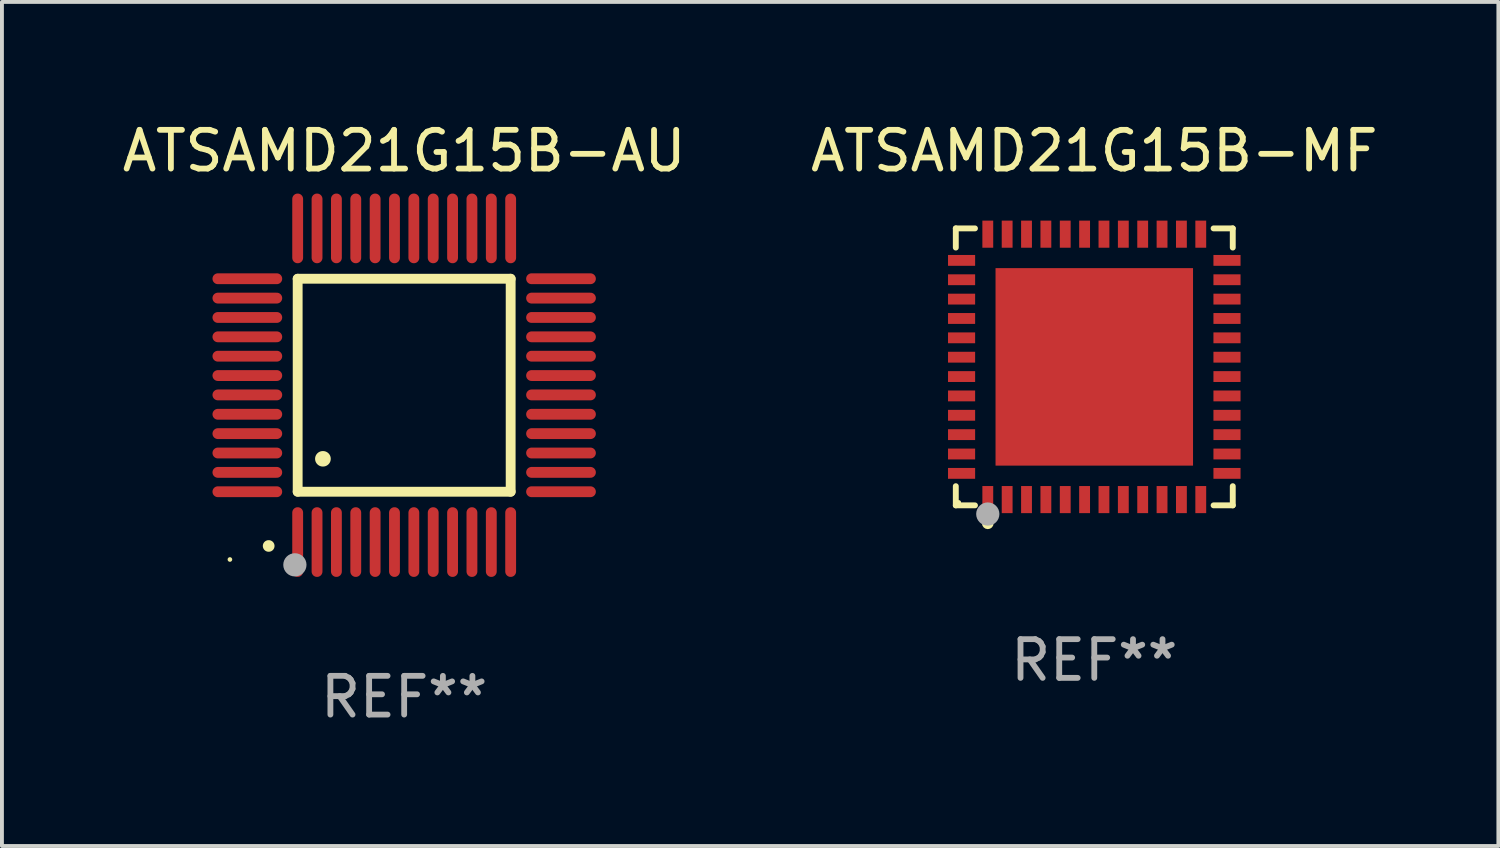
<source format=kicad_pcb>
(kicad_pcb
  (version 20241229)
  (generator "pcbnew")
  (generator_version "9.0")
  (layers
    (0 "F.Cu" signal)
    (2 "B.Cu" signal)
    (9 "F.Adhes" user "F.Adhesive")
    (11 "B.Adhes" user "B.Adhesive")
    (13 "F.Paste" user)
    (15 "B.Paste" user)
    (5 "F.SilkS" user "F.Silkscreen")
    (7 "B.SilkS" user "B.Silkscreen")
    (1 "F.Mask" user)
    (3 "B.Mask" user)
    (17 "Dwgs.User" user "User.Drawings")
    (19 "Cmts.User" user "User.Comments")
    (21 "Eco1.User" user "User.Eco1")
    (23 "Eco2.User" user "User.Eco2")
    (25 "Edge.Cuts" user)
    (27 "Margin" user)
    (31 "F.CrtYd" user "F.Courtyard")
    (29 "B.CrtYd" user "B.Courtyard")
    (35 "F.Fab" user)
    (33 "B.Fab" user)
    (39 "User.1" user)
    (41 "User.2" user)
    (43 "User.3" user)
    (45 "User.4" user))
  (footprint "ATSAMD21G15B-AU"
    (layer "F.Cu")
    (at 7.387 6.898)
    (property "Reference" "ATSAMD21G15B-AU" (at 0 -6.05 0) (layer "F.SilkS") (effects (font (size 1 1) (thickness 0.15))))
    (attr through_hole)
    (fp_line (start -2.75 -2.75) (end 2.75 -2.75) (stroke (width 0.254) (type solid)) (layer "F.SilkS"))
    (fp_line (start -2.75 2.75) (end -2.75 -2.75) (stroke (width 0.254) (type solid)) (layer "F.SilkS"))
    (fp_line (start 2.75 -2.75) (end 2.75 2.75) (stroke (width 0.254) (type solid)) (layer "F.SilkS"))
    (fp_line (start 2.75 2.75) (end -2.75 2.75) (stroke (width 0.254) (type solid)) (layer "F.SilkS"))
    (fp_arc (start -3.500127 4.150368) (mid -3.498857 4.150363) (end -3.497587 4.150368) (stroke (width 0.3) (type solid)) (layer "F.SilkS"))
    (fp_arc (start -2.100584 1.899924) (mid -2.098044 1.899908) (end -2.095504 1.899924) (stroke (width 0.4) (type solid)) (layer "F.SilkS"))
    (fp_circle (center -4.5 4.5) (end -4.47 4.5) (stroke (width 0.06) (type solid)) (fill no) (layer "F.SilkS"))
    (fp_circle (center -2.822 4.638) (end -2.672 4.638) (stroke (width 0.3) (type solid)) (fill no) (layer "F.Fab"))
    (fp_text user "REF**" (at 0 8.05 0) (layer "F.Fab") (effects (font (size 1 1) (thickness 0.15))))
    (pad "1" smd oval (at -2.75 4.05) (size 0.28 1.8) (layers "F.Cu" "F.Mask" "F.Paste"))
    (pad "2" smd oval (at -2.25 4.05) (size 0.28 1.8) (layers "F.Cu" "F.Mask" "F.Paste"))
    (pad "3" smd oval (at -1.75 4.05) (size 0.28 1.8) (layers "F.Cu" "F.Mask" "F.Paste"))
    (pad "4" smd oval (at -1.25 4.05) (size 0.28 1.8) (layers "F.Cu" "F.Mask" "F.Paste"))
    (pad "5" smd oval (at -0.75 4.05) (size 0.28 1.8) (layers "F.Cu" "F.Mask" "F.Paste"))
    (pad "6" smd oval (at -0.25 4.05) (size 0.28 1.8) (layers "F.Cu" "F.Mask" "F.Paste"))
    (pad "7" smd oval (at 0.25 4.05) (size 0.28 1.8) (layers "F.Cu" "F.Mask" "F.Paste"))
    (pad "8" smd oval (at 0.75 4.05) (size 0.28 1.8) (layers "F.Cu" "F.Mask" "F.Paste"))
    (pad "9" smd oval (at 1.25 4.05) (size 0.28 1.8) (layers "F.Cu" "F.Mask" "F.Paste"))
    (pad "10" smd oval (at 1.75 4.05) (size 0.28 1.8) (layers "F.Cu" "F.Mask" "F.Paste"))
    (pad "11" smd oval (at 2.25 4.05) (size 0.28 1.8) (layers "F.Cu" "F.Mask" "F.Paste"))
    (pad "12" smd oval (at 2.75 4.05) (size 0.28 1.8) (layers "F.Cu" "F.Mask" "F.Paste"))
    (pad "13" smd oval (at 4.05 2.75) (size 1.8 0.28) (layers "F.Cu" "F.Mask" "F.Paste"))
    (pad "14" smd oval (at 4.05 2.25) (size 1.8 0.28) (layers "F.Cu" "F.Mask" "F.Paste"))
    (pad "15" smd oval (at 4.05 1.75) (size 1.8 0.28) (layers "F.Cu" "F.Mask" "F.Paste"))
    (pad "16" smd oval (at 4.05 1.25) (size 1.8 0.28) (layers "F.Cu" "F.Mask" "F.Paste"))
    (pad "17" smd oval (at 4.05 0.75) (size 1.8 0.28) (layers "F.Cu" "F.Mask" "F.Paste"))
    (pad "18" smd oval (at 4.05 0.25) (size 1.8 0.28) (layers "F.Cu" "F.Mask" "F.Paste"))
    (pad "19" smd oval (at 4.05 -0.25) (size 1.8 0.28) (layers "F.Cu" "F.Mask" "F.Paste"))
    (pad "20" smd oval (at 4.05 -0.75) (size 1.8 0.28) (layers "F.Cu" "F.Mask" "F.Paste"))
    (pad "21" smd oval (at 4.05 -1.25) (size 1.8 0.28) (layers "F.Cu" "F.Mask" "F.Paste"))
    (pad "22" smd oval (at 4.05 -1.75) (size 1.8 0.28) (layers "F.Cu" "F.Mask" "F.Paste"))
    (pad "23" smd oval (at 4.05 -2.25) (size 1.8 0.28) (layers "F.Cu" "F.Mask" "F.Paste"))
    (pad "24" smd oval (at 4.05 -2.75) (size 1.8 0.28) (layers "F.Cu" "F.Mask" "F.Paste"))
    (pad "25" smd oval (at 2.75 -4.05) (size 0.28 1.8) (layers "F.Cu" "F.Mask" "F.Paste"))
    (pad "26" smd oval (at 2.25 -4.05) (size 0.28 1.8) (layers "F.Cu" "F.Mask" "F.Paste"))
    (pad "27" smd oval (at 1.75 -4.05) (size 0.28 1.8) (layers "F.Cu" "F.Mask" "F.Paste"))
    (pad "28" smd oval (at 1.25 -4.05) (size 0.28 1.8) (layers "F.Cu" "F.Mask" "F.Paste"))
    (pad "29" smd oval (at 0.75 -4.05) (size 0.28 1.8) (layers "F.Cu" "F.Mask" "F.Paste"))
    (pad "30" smd oval (at 0.25 -4.05) (size 0.28 1.8) (layers "F.Cu" "F.Mask" "F.Paste"))
    (pad "31" smd oval (at -0.25 -4.05) (size 0.28 1.8) (layers "F.Cu" "F.Mask" "F.Paste"))
    (pad "32" smd oval (at -0.75 -4.05) (size 0.28 1.8) (layers "F.Cu" "F.Mask" "F.Paste"))
    (pad "33" smd oval (at -1.25 -4.05) (size 0.28 1.8) (layers "F.Cu" "F.Mask" "F.Paste"))
    (pad "34" smd oval (at -1.75 -4.05) (size 0.28 1.8) (layers "F.Cu" "F.Mask" "F.Paste"))
    (pad "35" smd oval (at -2.25 -4.05) (size 0.28 1.8) (layers "F.Cu" "F.Mask" "F.Paste"))
    (pad "36" smd oval (at -2.75 -4.05) (size 0.28 1.8) (layers "F.Cu" "F.Mask" "F.Paste"))
    (pad "37" smd oval (at -4.05 -2.75) (size 1.8 0.28) (layers "F.Cu" "F.Mask" "F.Paste"))
    (pad "38" smd oval (at -4.05 -2.25) (size 1.8 0.28) (layers "F.Cu" "F.Mask" "F.Paste"))
    (pad "39" smd oval (at -4.05 -1.75) (size 1.8 0.28) (layers "F.Cu" "F.Mask" "F.Paste"))
    (pad "40" smd oval (at -4.05 -1.25) (size 1.8 0.28) (layers "F.Cu" "F.Mask" "F.Paste"))
    (pad "41" smd oval (at -4.05 -0.75) (size 1.8 0.28) (layers "F.Cu" "F.Mask" "F.Paste"))
    (pad "42" smd oval (at -4.05 -0.25) (size 1.8 0.28) (layers "F.Cu" "F.Mask" "F.Paste"))
    (pad "43" smd oval (at -4.05 0.25) (size 1.8 0.28) (layers "F.Cu" "F.Mask" "F.Paste"))
    (pad "44" smd oval (at -4.05 0.75) (size 1.8 0.28) (layers "F.Cu" "F.Mask" "F.Paste"))
    (pad "45" smd oval (at -4.05 1.25) (size 1.8 0.28) (layers "F.Cu" "F.Mask" "F.Paste"))
    (pad "46" smd oval (at -4.05 1.75) (size 1.8 0.28) (layers "F.Cu" "F.Mask" "F.Paste"))
    (pad "47" smd oval (at -4.05 2.25) (size 1.8 0.28) (layers "F.Cu" "F.Mask" "F.Paste"))
    (pad "48" smd oval (at -4.05 2.75) (size 1.8 0.28) (layers "F.Cu" "F.Mask" "F.Paste")))
  (footprint "ATSAMD21G15B-MF"
    (layer "F.Cu")
    (at 25.208 6.424)
    (property "Reference" "ATSAMD21G15B-MF" (at 0 -5.576 0) (layer "F.SilkS") (effects (font (size 1 1) (thickness 0.15))))
    (attr through_hole)
    (fp_line (start -3.576 -3.576) (end -3.081 -3.576) (stroke (width 0.152) (type solid)) (layer "F.SilkS"))
    (fp_line (start -3.576 -3.081) (end -3.576 -3.576) (stroke (width 0.152) (type solid)) (layer "F.SilkS"))
    (fp_line (start -3.576 3.081) (end -3.576 3.576) (stroke (width 0.152) (type solid)) (layer "F.SilkS"))
    (fp_line (start -3.576 3.576) (end -3.081 3.576) (stroke (width 0.152) (type solid)) (layer "F.SilkS"))
    (fp_line (start 3.576 -3.576) (end 3.081 -3.576) (stroke (width 0.152) (type solid)) (layer "F.SilkS"))
    (fp_line (start 3.576 -3.081) (end 3.576 -3.576) (stroke (width 0.152) (type solid)) (layer "F.SilkS"))
    (fp_line (start 3.576 3.081) (end 3.576 3.576) (stroke (width 0.152) (type solid)) (layer "F.SilkS"))
    (fp_line (start 3.576 3.576) (end 3.081 3.576) (stroke (width 0.152) (type solid)) (layer "F.SilkS"))
    (fp_circle (center -3.5 3.5) (end -3.47 3.5) (stroke (width 0.06) (type solid)) (fill no) (layer "F.SilkS"))
    (fp_circle (center -2.75 4.04) (end -2.675 4.04) (stroke (width 0.15) (type solid)) (fill no) (layer "F.SilkS"))
    (fp_circle (center -2.75 3.8) (end -2.6 3.8) (stroke (width 0.3) (type solid)) (fill no) (layer "F.Fab"))
    (fp_text user "REF**" (at 0 7.576 0) (layer "F.Fab") (effects (font (size 1 1) (thickness 0.15))))
    (pad "1" smd rect (at -2.75 3.427) (size 0.28 0.7) (layers "F.Cu" "F.Mask" "F.Paste"))
    (pad "2" smd rect (at -2.25 3.427) (size 0.28 0.7) (layers "F.Cu" "F.Mask" "F.Paste"))
    (pad "3" smd rect (at -1.75 3.427) (size 0.28 0.7) (layers "F.Cu" "F.Mask" "F.Paste"))
    (pad "4" smd rect (at -1.25 3.427) (size 0.28 0.7) (layers "F.Cu" "F.Mask" "F.Paste"))
    (pad "5" smd rect (at -0.75 3.427) (size 0.28 0.7) (layers "F.Cu" "F.Mask" "F.Paste"))
    (pad "6" smd rect (at -0.25 3.427) (size 0.28 0.7) (layers "F.Cu" "F.Mask" "F.Paste"))
    (pad "7" smd rect (at 0.25 3.427) (size 0.28 0.7) (layers "F.Cu" "F.Mask" "F.Paste"))
    (pad "8" smd rect (at 0.75 3.427) (size 0.28 0.7) (layers "F.Cu" "F.Mask" "F.Paste"))
    (pad "9" smd rect (at 1.25 3.427) (size 0.28 0.7) (layers "F.Cu" "F.Mask" "F.Paste"))
    (pad "10" smd rect (at 1.75 3.427) (size 0.28 0.7) (layers "F.Cu" "F.Mask" "F.Paste"))
    (pad "11" smd rect (at 2.25 3.427) (size 0.28 0.7) (layers "F.Cu" "F.Mask" "F.Paste"))
    (pad "12" smd rect (at 2.75 3.427) (size 0.28 0.7) (layers "F.Cu" "F.Mask" "F.Paste"))
    (pad "13" smd rect (at 3.427 2.75) (size 0.7 0.28) (layers "F.Cu" "F.Mask" "F.Paste"))
    (pad "14" smd rect (at 3.427 2.25) (size 0.7 0.28) (layers "F.Cu" "F.Mask" "F.Paste"))
    (pad "15" smd rect (at 3.427 1.75) (size 0.7 0.28) (layers "F.Cu" "F.Mask" "F.Paste"))
    (pad "16" smd rect (at 3.427 1.25) (size 0.7 0.28) (layers "F.Cu" "F.Mask" "F.Paste"))
    (pad "17" smd rect (at 3.427 0.75) (size 0.7 0.28) (layers "F.Cu" "F.Mask" "F.Paste"))
    (pad "18" smd rect (at 3.427 0.25) (size 0.7 0.28) (layers "F.Cu" "F.Mask" "F.Paste"))
    (pad "19" smd rect (at 3.427 -0.25) (size 0.7 0.28) (layers "F.Cu" "F.Mask" "F.Paste"))
    (pad "20" smd rect (at 3.427 -0.75) (size 0.7 0.28) (layers "F.Cu" "F.Mask" "F.Paste"))
    (pad "21" smd rect (at 3.427 -1.25) (size 0.7 0.28) (layers "F.Cu" "F.Mask" "F.Paste"))
    (pad "22" smd rect (at 3.427 -1.75) (size 0.7 0.28) (layers "F.Cu" "F.Mask" "F.Paste"))
    (pad "23" smd rect (at 3.427 -2.25) (size 0.7 0.28) (layers "F.Cu" "F.Mask" "F.Paste"))
    (pad "24" smd rect (at 3.427 -2.75) (size 0.7 0.28) (layers "F.Cu" "F.Mask" "F.Paste"))
    (pad "25" smd rect (at 2.75 -3.427) (size 0.28 0.7) (layers "F.Cu" "F.Mask" "F.Paste"))
    (pad "26" smd rect (at 2.25 -3.427) (size 0.28 0.7) (layers "F.Cu" "F.Mask" "F.Paste"))
    (pad "27" smd rect (at 1.75 -3.427) (size 0.28 0.7) (layers "F.Cu" "F.Mask" "F.Paste"))
    (pad "28" smd rect (at 1.25 -3.427) (size 0.28 0.7) (layers "F.Cu" "F.Mask" "F.Paste"))
    (pad "29" smd rect (at 0.75 -3.427) (size 0.28 0.7) (layers "F.Cu" "F.Mask" "F.Paste"))
    (pad "30" smd rect (at 0.25 -3.427) (size 0.28 0.7) (layers "F.Cu" "F.Mask" "F.Paste"))
    (pad "31" smd rect (at -0.25 -3.427) (size 0.28 0.7) (layers "F.Cu" "F.Mask" "F.Paste"))
    (pad "32" smd rect (at -0.75 -3.427) (size 0.28 0.7) (layers "F.Cu" "F.Mask" "F.Paste"))
    (pad "33" smd rect (at -1.25 -3.427) (size 0.28 0.7) (layers "F.Cu" "F.Mask" "F.Paste"))
    (pad "34" smd rect (at -1.75 -3.427) (size 0.28 0.7) (layers "F.Cu" "F.Mask" "F.Paste"))
    (pad "35" smd rect (at -2.25 -3.427) (size 0.28 0.7) (layers "F.Cu" "F.Mask" "F.Paste"))
    (pad "36" smd rect (at -2.75 -3.427) (size 0.28 0.7) (layers "F.Cu" "F.Mask" "F.Paste"))
    (pad "37" smd rect (at -3.427 -2.75) (size 0.7 0.28) (layers "F.Cu" "F.Mask" "F.Paste"))
    (pad "38" smd rect (at -3.427 -2.25) (size 0.7 0.28) (layers "F.Cu" "F.Mask" "F.Paste"))
    (pad "39" smd rect (at -3.427 -1.75) (size 0.7 0.28) (layers "F.Cu" "F.Mask" "F.Paste"))
    (pad "40" smd rect (at -3.427 -1.25) (size 0.7 0.28) (layers "F.Cu" "F.Mask" "F.Paste"))
    (pad "41" smd rect (at -3.427 -0.75) (size 0.7 0.28) (layers "F.Cu" "F.Mask" "F.Paste"))
    (pad "42" smd rect (at -3.427 -0.25) (size 0.7 0.28) (layers "F.Cu" "F.Mask" "F.Paste"))
    (pad "43" smd rect (at -3.427 0.25) (size 0.7 0.28) (layers "F.Cu" "F.Mask" "F.Paste"))
    (pad "44" smd rect (at -3.427 0.75) (size 0.7 0.28) (layers "F.Cu" "F.Mask" "F.Paste"))
    (pad "45" smd rect (at -3.427 1.25) (size 0.7 0.28) (layers "F.Cu" "F.Mask" "F.Paste"))
    (pad "46" smd rect (at -3.427 1.75) (size 0.7 0.28) (layers "F.Cu" "F.Mask" "F.Paste"))
    (pad "47" smd rect (at -3.427 2.25) (size 0.7 0.28) (layers "F.Cu" "F.Mask" "F.Paste"))
    (pad "48" smd rect (at -3.427 2.75) (size 0.7 0.28) (layers "F.Cu" "F.Mask" "F.Paste"))
    (pad "49" smd rect (at 0 0) (size 5.1 5.1) (layers "F.Cu" "F.Mask" "F.Paste")))
  (gr_rect
    (start -3 -3)
    (end 35.643 18.797)
    (stroke (width 0.1) (type default))
    (fill no)
    (layer "Edge.Cuts")))
</source>
